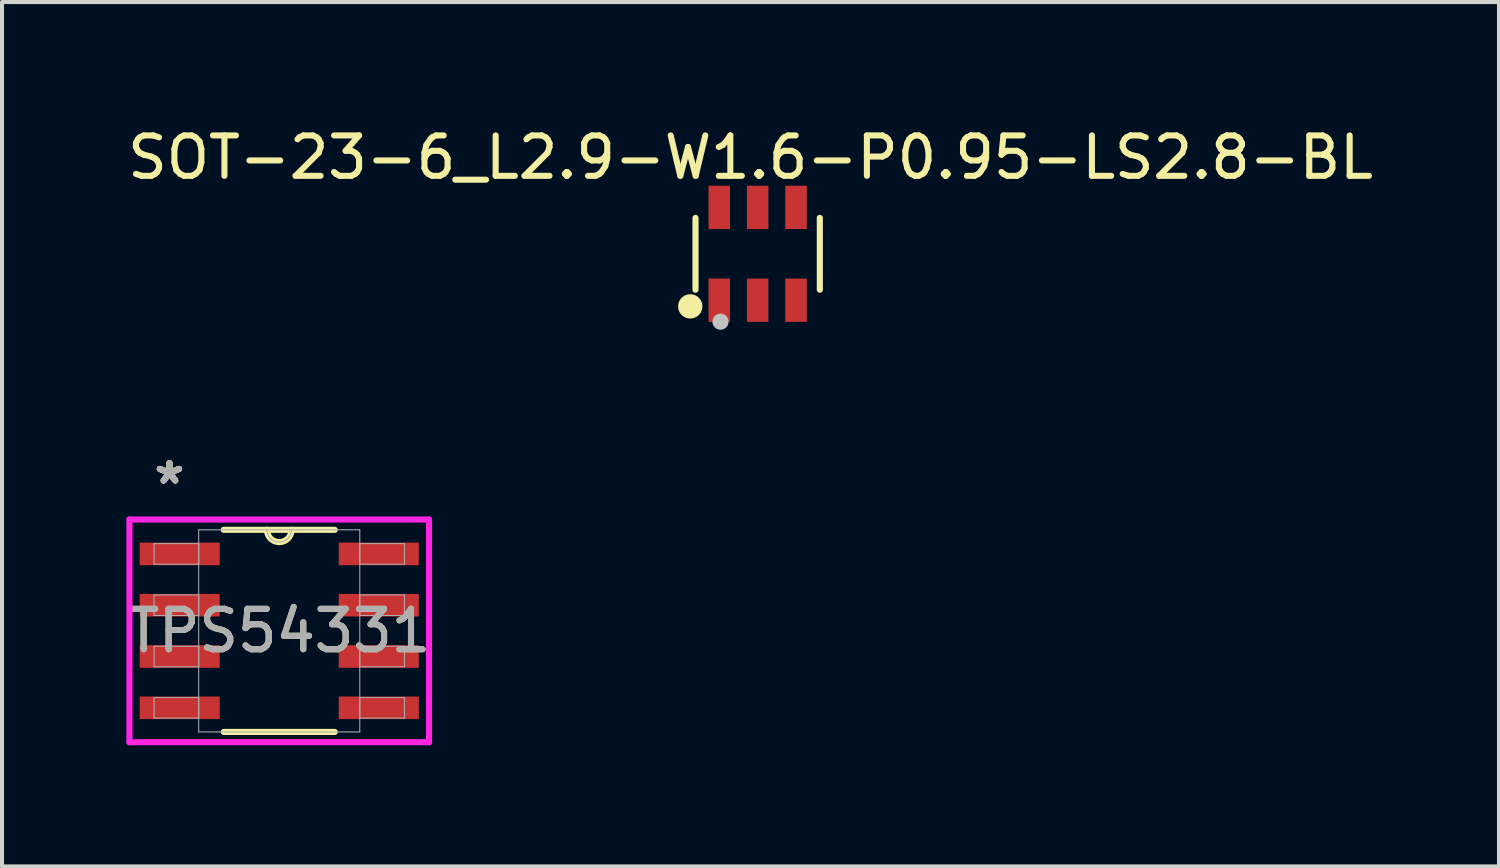
<source format=kicad_pcb>
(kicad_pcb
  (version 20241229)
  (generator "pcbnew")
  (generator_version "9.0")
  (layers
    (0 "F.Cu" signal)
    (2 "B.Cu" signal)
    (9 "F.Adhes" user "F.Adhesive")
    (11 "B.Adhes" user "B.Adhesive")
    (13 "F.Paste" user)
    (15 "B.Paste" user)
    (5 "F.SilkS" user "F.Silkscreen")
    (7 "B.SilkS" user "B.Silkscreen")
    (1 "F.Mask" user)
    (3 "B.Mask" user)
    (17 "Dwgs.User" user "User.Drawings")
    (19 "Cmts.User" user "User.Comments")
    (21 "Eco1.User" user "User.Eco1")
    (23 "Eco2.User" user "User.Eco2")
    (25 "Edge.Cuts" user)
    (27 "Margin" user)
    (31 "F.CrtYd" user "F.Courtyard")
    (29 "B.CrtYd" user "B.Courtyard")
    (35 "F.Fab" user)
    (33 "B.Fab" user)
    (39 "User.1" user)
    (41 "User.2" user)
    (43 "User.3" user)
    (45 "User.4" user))
  (footprint "SOT-23-6_L2.9-W1.6-P0.95-LS2.8-BL"
    (layer "F.Cu")
    (at 15.707 3.233)
    (property "Reference" "SOT-23-6_L2.9-W1.6-P0.95-LS2.8-BL" (at -0.177 -2.385 0) (layer "F.SilkS") (effects (font (size 1 1) (thickness 0.15))))
    (fp_line (start -1.539 0.889) (end -1.539 -0.889) (stroke (width 0.152) (type default)) (layer "F.SilkS"))
    (fp_line (start 1.539 0.889) (end 1.539 -0.889) (stroke (width 0.152) (type default)) (layer "F.SilkS"))
    (fp_circle (center -1.669 1.302) (end -1.518 1.302) (stroke (width 0.3) (type default)) (fill no) (layer "F.SilkS"))
    (fp_circle (center -0.92 1.68) (end -0.82 1.68) (stroke (width 0.2) (type default)) (fill no) (layer "Dwgs.User"))
    (fp_poly (pts (xy -1.165 -0.935) (xy -0.735 -0.935) (xy -0.735 -0.803) (xy -1.165 -0.803)) (stroke (width 0.1) (type default)) (fill no) (layer "User.1"))
    (fp_poly (pts (xy -1.165 -0.925) (xy -0.735 -0.925) (xy -0.735 -1.4) (xy -1.165 -1.4)) (stroke (width 0.1) (type default)) (fill no) (layer "User.1"))
    (fp_poly (pts (xy -1.165 0.803) (xy -0.735 0.803) (xy -0.735 0.935) (xy -1.165 0.935)) (stroke (width 0.1) (type default)) (fill no) (layer "User.1"))
    (fp_poly (pts (xy -1.165 0.925) (xy -0.735 0.925) (xy -0.735 1.4) (xy -1.165 1.4)) (stroke (width 0.1) (type default)) (fill no) (layer "User.1"))
    (fp_poly (pts (xy -0.215 -0.935) (xy 0.215 -0.935) (xy 0.215 -0.803) (xy -0.215 -0.803)) (stroke (width 0.1) (type default)) (fill no) (layer "User.1"))
    (fp_poly (pts (xy -0.215 -0.925) (xy 0.215 -0.925) (xy 0.215 -1.4) (xy -0.215 -1.4)) (stroke (width 0.1) (type default)) (fill no) (layer "User.1"))
    (fp_poly (pts (xy -0.215 0.803) (xy 0.215 0.803) (xy 0.215 0.935) (xy -0.215 0.935)) (stroke (width 0.1) (type default)) (fill no) (layer "User.1"))
    (fp_poly (pts (xy -0.215 0.925) (xy 0.215 0.925) (xy 0.215 1.4) (xy -0.215 1.4)) (stroke (width 0.1) (type default)) (fill no) (layer "User.1"))
    (fp_poly (pts (xy 0.735 -0.935) (xy 1.165 -0.935) (xy 1.165 -0.803) (xy 0.735 -0.803)) (stroke (width 0.1) (type default)) (fill no) (layer "User.1"))
    (fp_poly (pts (xy 0.735 -0.925) (xy 1.165 -0.925) (xy 1.165 -1.4) (xy 0.735 -1.4)) (stroke (width 0.1) (type default)) (fill no) (layer "User.1"))
    (fp_poly (pts (xy 0.735 0.803) (xy 1.165 0.803) (xy 1.165 0.935) (xy 0.735 0.935)) (stroke (width 0.1) (type default)) (fill no) (layer "User.1"))
    (fp_poly (pts (xy 0.735 0.925) (xy 1.165 0.925) (xy 1.165 1.4) (xy 0.735 1.4)) (stroke (width 0.1) (type default)) (fill no) (layer "User.1"))
    (fp_line (start -1.463 -0.813) (end 1.463 -0.813) (stroke (width 0.051) (type default)) (layer "User.2"))
    (fp_line (start -1.463 0.813) (end -1.463 -0.813) (stroke (width 0.051) (type default)) (layer "User.2"))
    (fp_line (start 1.463 -0.813) (end 1.463 0.813) (stroke (width 0.051) (type default)) (layer "User.2"))
    (fp_line (start 1.463 0.813) (end -1.463 0.813) (stroke (width 0.051) (type default)) (layer "User.2"))
    (fp_poly (pts (xy -1.403 1.4) (xy -1.421 1.358) (xy -1.463 1.34) (xy -1.505 1.358) (xy -1.523 1.4) (xy -1.505 1.442) (xy -1.463 1.46) (xy -1.421 1.442)) (stroke (width 0.1) (type default)) (fill no) (layer "User.3"))
    (pad "1" smd rect (at -0.95 1.149) (size 0.532 1.072) (layers "F.Cu" "F.Mask" "F.Paste"))
    (pad "2" smd rect (at 0 1.149) (size 0.532 1.072) (layers "F.Cu" "F.Mask" "F.Paste"))
    (pad "3" smd rect (at 0.95 1.149) (size 0.532 1.072) (layers "F.Cu" "F.Mask" "F.Paste"))
    (pad "4" smd rect (at 0.95 -1.149) (size 0.532 1.072) (layers "F.Cu" "F.Mask" "F.Paste"))
    (pad "5" smd rect (at 0 -1.149) (size 0.532 1.072) (layers "F.Cu" "F.Mask" "F.Paste"))
    (pad "6" smd rect (at -0.95 -1.149) (size 0.532 1.072) (layers "F.Cu" "F.Mask" "F.Paste")))
  (footprint "TPS54331"
    (layer "F.Cu")
    (at 3.863 12.568)
    (property "Reference" "TPS54331" (at 0 0 0) (unlocked yes) (layer "F.SilkS") (effects (font (size 1 1) (thickness 0.15))))
    (attr smd)
    (fp_line (start -1.374 2.502) (end 1.374 2.502) (stroke (width 0.152) (type solid)) (layer "F.SilkS"))
    (fp_line (start 1.374 -2.502) (end -1.374 -2.502) (stroke (width 0.152) (type solid)) (layer "F.SilkS"))
    (fp_arc (start 0.3048 -2.5019) (mid 0 -2.1971) (end -0.3048 -2.5019) (stroke (width 0.1524) (type solid)) (layer "F.SilkS"))
    (fp_line (start -3.708 -2.756) (end 3.708 -2.756) (stroke (width 0.152) (type solid)) (layer "F.CrtYd"))
    (fp_line (start -3.708 2.756) (end -3.708 -2.756) (stroke (width 0.152) (type solid)) (layer "F.CrtYd"))
    (fp_line (start 3.708 -2.756) (end 3.708 2.756) (stroke (width 0.152) (type solid)) (layer "F.CrtYd"))
    (fp_line (start 3.708 2.756) (end -3.708 2.756) (stroke (width 0.152) (type solid)) (layer "F.CrtYd"))
    (fp_line (start -3.099 -2.159) (end -3.099 -1.651) (stroke (width 0.025) (type solid)) (layer "F.Fab"))
    (fp_line (start -3.099 -1.651) (end -1.994 -1.651) (stroke (width 0.025) (type solid)) (layer "F.Fab"))
    (fp_line (start -3.099 -0.889) (end -3.099 -0.381) (stroke (width 0.025) (type solid)) (layer "F.Fab"))
    (fp_line (start -3.099 -0.381) (end -1.994 -0.381) (stroke (width 0.025) (type solid)) (layer "F.Fab"))
    (fp_line (start -3.099 0.381) (end -3.099 0.889) (stroke (width 0.025) (type solid)) (layer "F.Fab"))
    (fp_line (start -3.099 0.889) (end -1.994 0.889) (stroke (width 0.025) (type solid)) (layer "F.Fab"))
    (fp_line (start -3.099 1.651) (end -3.099 2.159) (stroke (width 0.025) (type solid)) (layer "F.Fab"))
    (fp_line (start -3.099 2.159) (end -1.994 2.159) (stroke (width 0.025) (type solid)) (layer "F.Fab"))
    (fp_line (start -1.994 -2.502) (end -1.994 2.502) (stroke (width 0.025) (type solid)) (layer "F.Fab"))
    (fp_line (start -1.994 -2.159) (end -3.099 -2.159) (stroke (width 0.025) (type solid)) (layer "F.Fab"))
    (fp_line (start -1.994 -1.651) (end -1.994 -2.159) (stroke (width 0.025) (type solid)) (layer "F.Fab"))
    (fp_line (start -1.994 -0.889) (end -3.099 -0.889) (stroke (width 0.025) (type solid)) (layer "F.Fab"))
    (fp_line (start -1.994 -0.381) (end -1.994 -0.889) (stroke (width 0.025) (type solid)) (layer "F.Fab"))
    (fp_line (start -1.994 0.381) (end -3.099 0.381) (stroke (width 0.025) (type solid)) (layer "F.Fab"))
    (fp_line (start -1.994 0.889) (end -1.994 0.381) (stroke (width 0.025) (type solid)) (layer "F.Fab"))
    (fp_line (start -1.994 1.651) (end -3.099 1.651) (stroke (width 0.025) (type solid)) (layer "F.Fab"))
    (fp_line (start -1.994 2.159) (end -1.994 1.651) (stroke (width 0.025) (type solid)) (layer "F.Fab"))
    (fp_line (start -1.994 2.502) (end 1.994 2.502) (stroke (width 0.025) (type solid)) (layer "F.Fab"))
    (fp_line (start 1.994 -2.502) (end -1.994 -2.502) (stroke (width 0.025) (type solid)) (layer "F.Fab"))
    (fp_line (start 1.994 -2.159) (end 1.994 -1.651) (stroke (width 0.025) (type solid)) (layer "F.Fab"))
    (fp_line (start 1.994 -1.651) (end 3.099 -1.651) (stroke (width 0.025) (type solid)) (layer "F.Fab"))
    (fp_line (start 1.994 -0.889) (end 1.994 -0.381) (stroke (width 0.025) (type solid)) (layer "F.Fab"))
    (fp_line (start 1.994 -0.381) (end 3.099 -0.381) (stroke (width 0.025) (type solid)) (layer "F.Fab"))
    (fp_line (start 1.994 0.381) (end 1.994 0.889) (stroke (width 0.025) (type solid)) (layer "F.Fab"))
    (fp_line (start 1.994 0.889) (end 3.099 0.889) (stroke (width 0.025) (type solid)) (layer "F.Fab"))
    (fp_line (start 1.994 1.651) (end 1.994 2.159) (stroke (width 0.025) (type solid)) (layer "F.Fab"))
    (fp_line (start 1.994 2.159) (end 3.099 2.159) (stroke (width 0.025) (type solid)) (layer "F.Fab"))
    (fp_line (start 1.994 2.502) (end 1.994 -2.502) (stroke (width 0.025) (type solid)) (layer "F.Fab"))
    (fp_line (start 3.099 -2.159) (end 1.994 -2.159) (stroke (width 0.025) (type solid)) (layer "F.Fab"))
    (fp_line (start 3.099 -1.651) (end 3.099 -2.159) (stroke (width 0.025) (type solid)) (layer "F.Fab"))
    (fp_line (start 3.099 -0.889) (end 1.994 -0.889) (stroke (width 0.025) (type solid)) (layer "F.Fab"))
    (fp_line (start 3.099 -0.381) (end 3.099 -0.889) (stroke (width 0.025) (type solid)) (layer "F.Fab"))
    (fp_line (start 3.099 0.381) (end 1.994 0.381) (stroke (width 0.025) (type solid)) (layer "F.Fab"))
    (fp_line (start 3.099 0.889) (end 3.099 0.381) (stroke (width 0.025) (type solid)) (layer "F.Fab"))
    (fp_line (start 3.099 1.651) (end 1.994 1.651) (stroke (width 0.025) (type solid)) (layer "F.Fab"))
    (fp_line (start 3.099 2.159) (end 3.099 1.651) (stroke (width 0.025) (type solid)) (layer "F.Fab"))
    (fp_arc (start 0.3048 -2.5019) (mid 0 -2.1971) (end -0.3048 -2.5019) (stroke (width 0.0254) (type solid)) (layer "F.Fab"))
    (fp_text user "*" (at -2.718 -3.607 0) (layer "F.SilkS") (effects (font (size 1 1) (thickness 0.15))))
    (fp_text user "*" (at -2.718 -3.607 0) (unlocked yes) (layer "F.SilkS") (effects (font (size 1 1) (thickness 0.15))))
    (fp_text user "*" (at -2.718 -3.607 0) (layer "F.Fab") (effects (font (size 1 1) (thickness 0.15))))
    (fp_text user "*" (at -2.718 -3.607 0) (unlocked yes) (layer "F.Fab") (effects (font (size 1 1) (thickness 0.15))))
    (fp_text user "${REFERENCE}" (at 0 0 0) (unlocked yes) (layer "F.Fab") (effects (font (size 1 1) (thickness 0.15))))
    (pad "1" smd rect (at -2.464 -1.905) (size 1.981 0.559) (layers "F.Cu" "F.Mask" "F.Paste"))
    (pad "2" smd rect (at -2.464 -0.635) (size 1.981 0.559) (layers "F.Cu" "F.Mask" "F.Paste"))
    (pad "3" smd rect (at -2.464 0.635) (size 1.981 0.559) (layers "F.Cu" "F.Mask" "F.Paste"))
    (pad "4" smd rect (at -2.464 1.905) (size 1.981 0.559) (layers "F.Cu" "F.Mask" "F.Paste"))
    (pad "5" smd rect (at 2.464 1.905) (size 1.981 0.559) (layers "F.Cu" "F.Mask" "F.Paste"))
    (pad "6" smd rect (at 2.464 0.635) (size 1.981 0.559) (layers "F.Cu" "F.Mask" "F.Paste"))
    (pad "7" smd rect (at 2.464 -0.635) (size 1.981 0.559) (layers "F.Cu" "F.Mask" "F.Paste"))
    (pad "8" smd rect (at 2.464 -1.905) (size 1.981 0.559) (layers "F.Cu" "F.Mask" "F.Paste")))
  (gr_rect
    (start -3 -3)
    (end 34.06 18.4)
    (stroke (width 0.1) (type default))
    (fill no)
    (layer "Edge.Cuts")))
</source>
